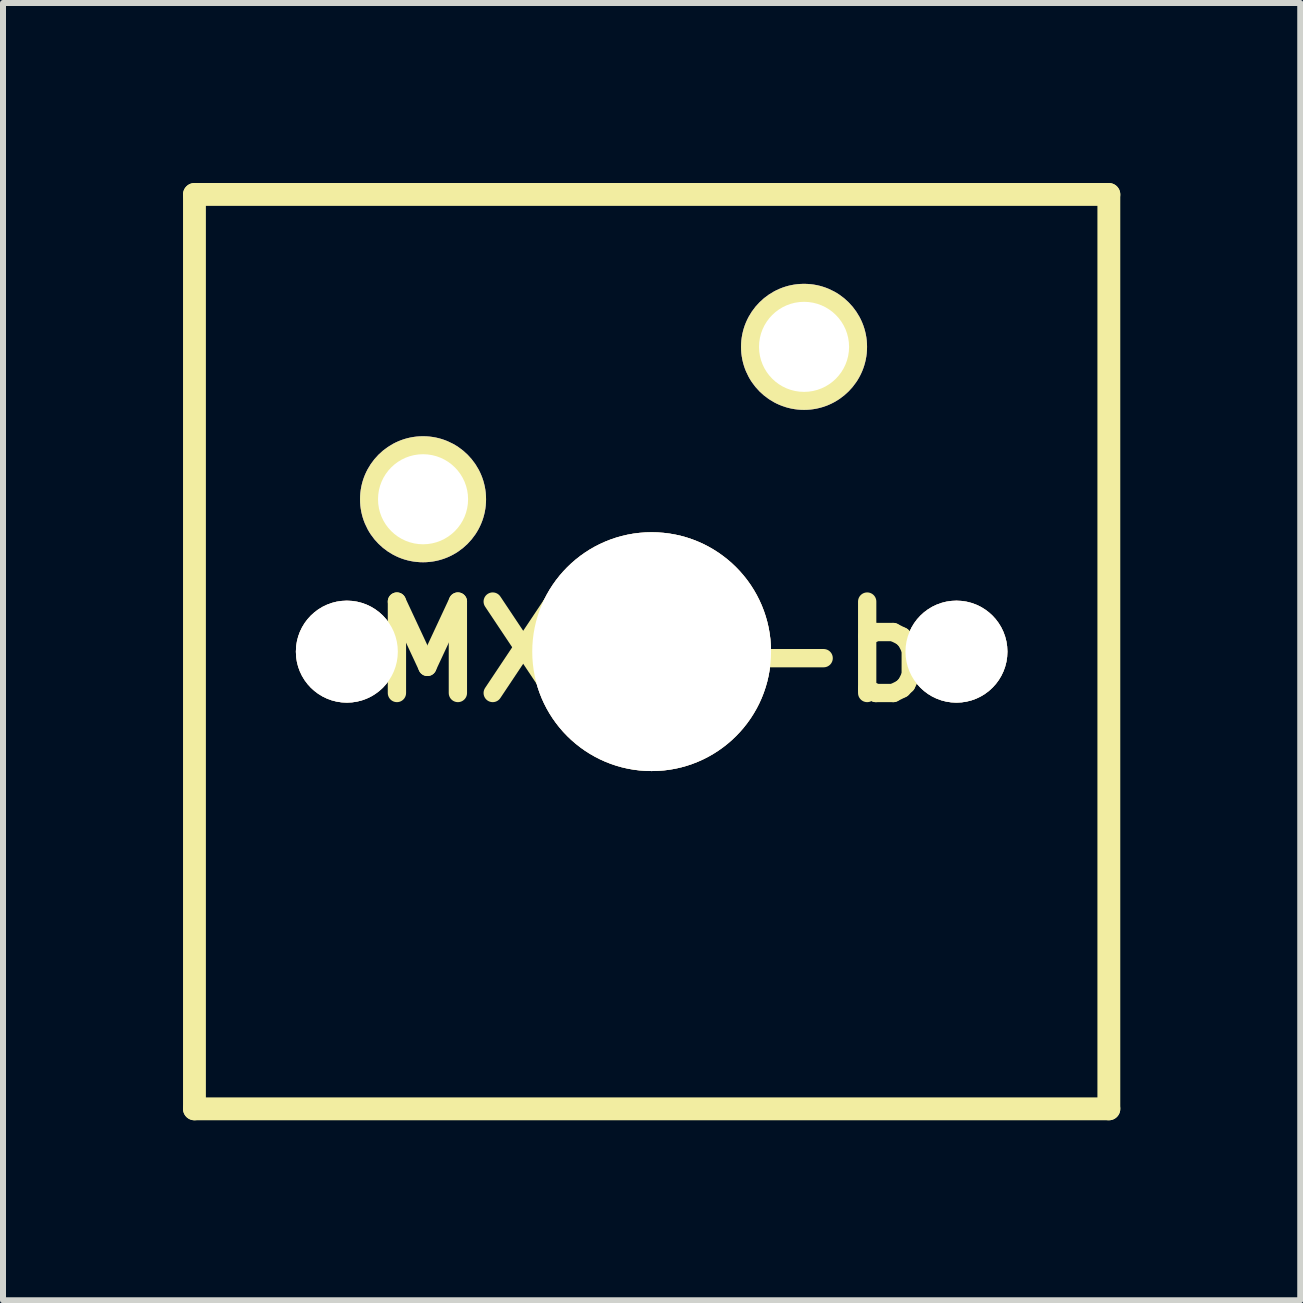
<source format=kicad_pcb>
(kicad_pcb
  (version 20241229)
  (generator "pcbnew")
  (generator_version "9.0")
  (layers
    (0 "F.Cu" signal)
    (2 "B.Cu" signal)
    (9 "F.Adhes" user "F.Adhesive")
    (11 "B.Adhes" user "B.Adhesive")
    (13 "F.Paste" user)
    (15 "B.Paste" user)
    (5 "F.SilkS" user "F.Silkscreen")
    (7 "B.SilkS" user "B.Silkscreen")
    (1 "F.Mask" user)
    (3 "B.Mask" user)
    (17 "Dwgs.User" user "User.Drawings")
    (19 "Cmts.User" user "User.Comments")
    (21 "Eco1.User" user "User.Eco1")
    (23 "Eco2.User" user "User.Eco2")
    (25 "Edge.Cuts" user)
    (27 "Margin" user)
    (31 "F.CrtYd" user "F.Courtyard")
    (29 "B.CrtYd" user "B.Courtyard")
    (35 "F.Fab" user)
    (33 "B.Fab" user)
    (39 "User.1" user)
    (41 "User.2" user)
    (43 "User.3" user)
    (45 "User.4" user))
  (footprint "MX1A-b"
    (layer "F.Cu")
    (at 7.811 7.811)
    (property "Reference" "MX1A-b" (at 0 0 0) (layer "F.SilkS") (effects (font (size 1.524 1.524) (thickness 0.305))))
    (attr through_hole)
    (fp_line (start -7.62 -7.62) (end 7.62 -7.62) (stroke (width 0.381) (type solid)) (layer "F.SilkS"))
    (fp_line (start -7.62 7.62) (end -7.62 -7.62) (stroke (width 0.381) (type solid)) (layer "F.SilkS"))
    (fp_line (start 7.62 -7.62) (end 7.62 7.62) (stroke (width 0.381) (type solid)) (layer "F.SilkS"))
    (fp_line (start 7.62 7.62) (end -7.62 7.62) (stroke (width 0.381) (type solid)) (layer "F.SilkS"))
    (pad "" thru_hole circle (at -5.08 0) (size 1.699 1.699) (drill 1.699) (layers "*.Cu" "*.Mask" "F.SilkS"))
    (pad "" thru_hole circle (at 5.08 0) (size 1.699 1.699) (drill 1.699) (layers "*.Cu" "*.Mask" "F.SilkS"))
    (pad "0" thru_hole circle (at 0 0) (size 3.98 3.98) (drill 3.98) (layers "*.Cu" "*.Mask" "F.SilkS"))
    (pad "1" thru_hole circle (at -3.81 -2.54) (size 2.1 2.1) (drill 1.501) (layers "*.Cu" "*.Mask" "F.SilkS"))
    (pad "2" thru_hole circle (at 2.54 -5.08) (size 2.1 2.1) (drill 1.501) (layers "*.Cu" "*.Mask" "F.SilkS")))
  (gr_rect
    (start -3 -3)
    (end 18.621 18.621)
    (stroke (width 0.1) (type default))
    (fill no)
    (layer "Edge.Cuts")))
</source>
